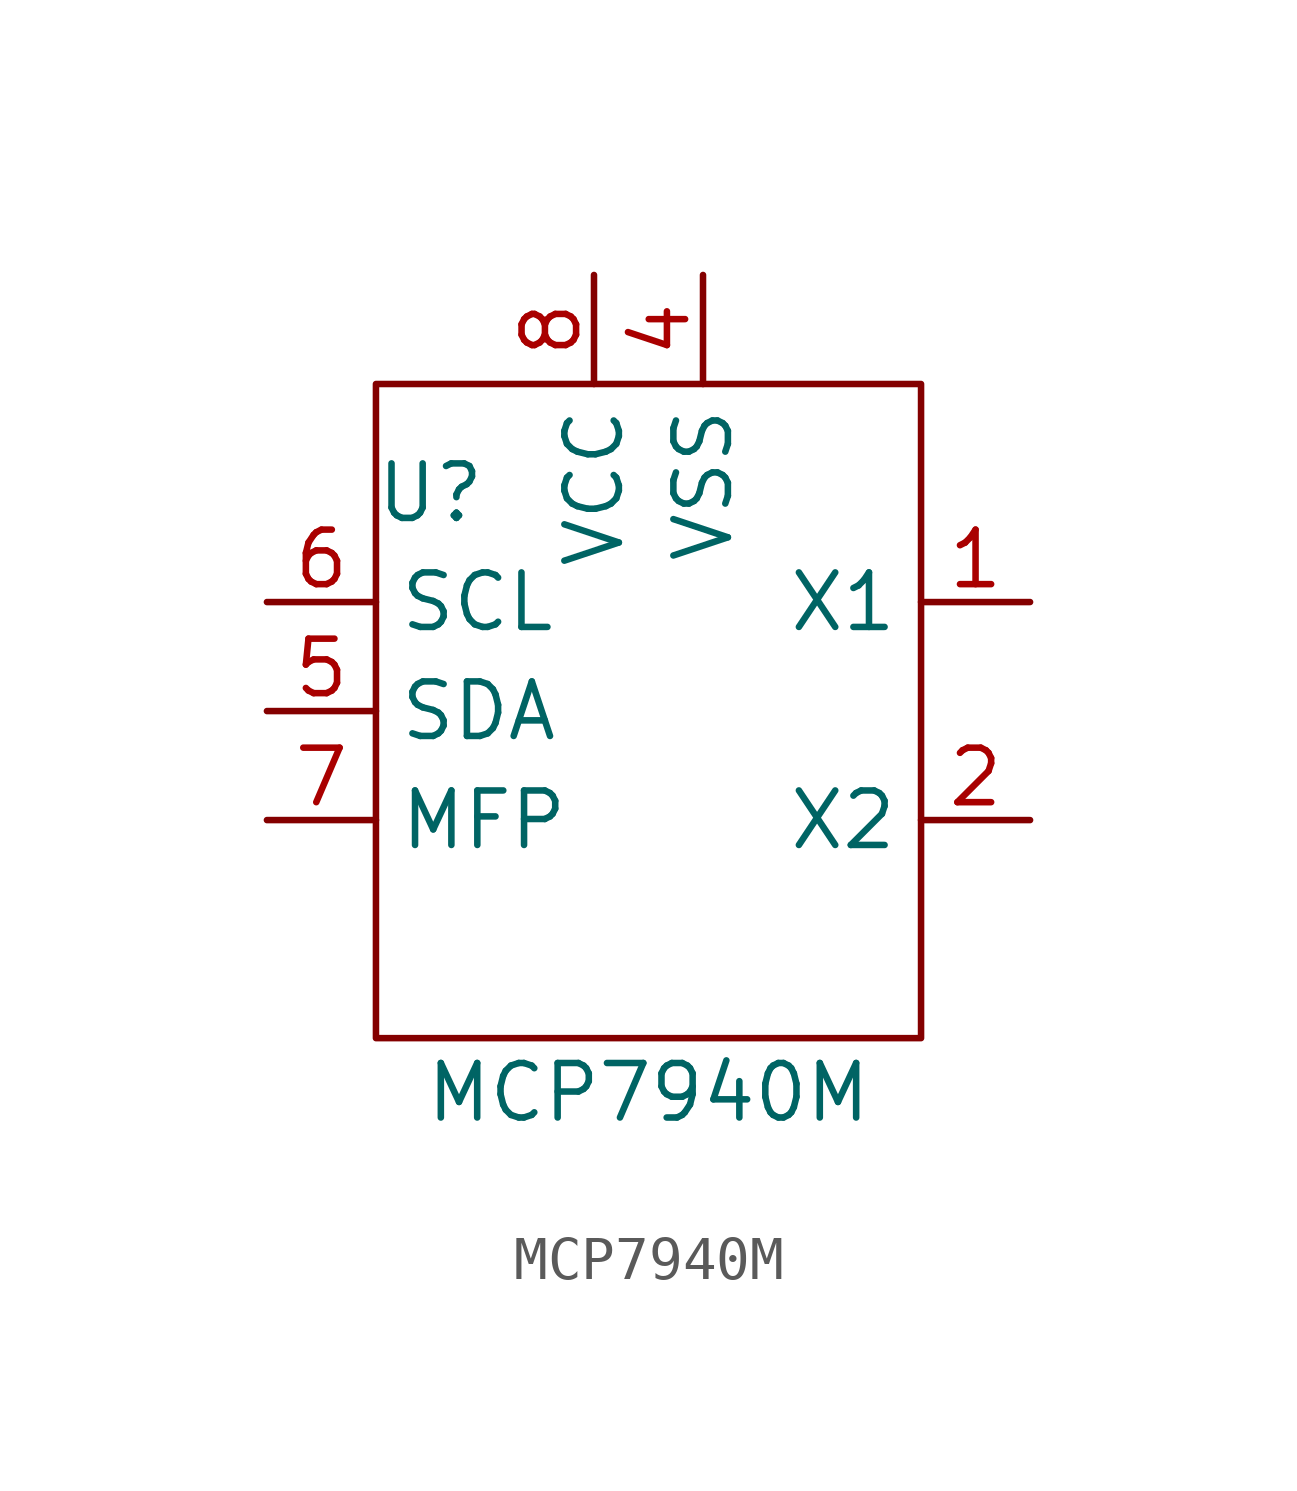
<source format=kicad_sym>
(kicad_symbol_lib
  (version 20211014)
  (generator kicad_symbol_editor)
  (symbol "MCP7940M"
    (property "Reference" "U"
      (at -5.08 5.08 0)
      (effects (font (size 1.27 1.27))))
    (property "Value" "MCP7940M"
      (at 0 -8.89 0)
      (effects (font (size 1.27 1.27))))
    (symbol "MCP7940M_0_1"
      (rectangle (start -6.35 7.62) (end 6.35 -7.62) (stroke (width 0) (type default) (color 0 0 0 0)) (fill (type none))))
    (symbol "MCP7940M_1_1"
      (pin input line (at 8.89 2.54 180) (length 2.54) (name "X1" (effects (font (size 1.27 1.27)))) (number "1" (effects (font (size 1.27 1.27)))))
      (pin input line (at 8.89 -2.54 180) (length 2.54) (name "X2" (effects (font (size 1.27 1.27)))) (number "2" (effects (font (size 1.27 1.27)))))
      (pin input line (at 1.27 10.16 270) (length 2.54) (name "VSS" (effects (font (size 1.27 1.27)))) (number "4" (effects (font (size 1.27 1.27)))))
      (pin input line (at -8.89 0 0) (length 2.54) (name "SDA" (effects (font (size 1.27 1.27)))) (number "5" (effects (font (size 1.27 1.27)))))
      (pin input line (at -8.89 2.54 0) (length 2.54) (name "SCL" (effects (font (size 1.27 1.27)))) (number "6" (effects (font (size 1.27 1.27)))))
      (pin input line (at -8.89 -2.54 0) (length 2.54) (name "MFP" (effects (font (size 1.27 1.27)))) (number "7" (effects (font (size 1.27 1.27)))))
      (pin input line (at -1.27 10.16 270) (length 2.54) (name "VCC" (effects (font (size 1.27 1.27)))) (number "8" (effects (font (size 1.27 1.27))))))))
</source>
